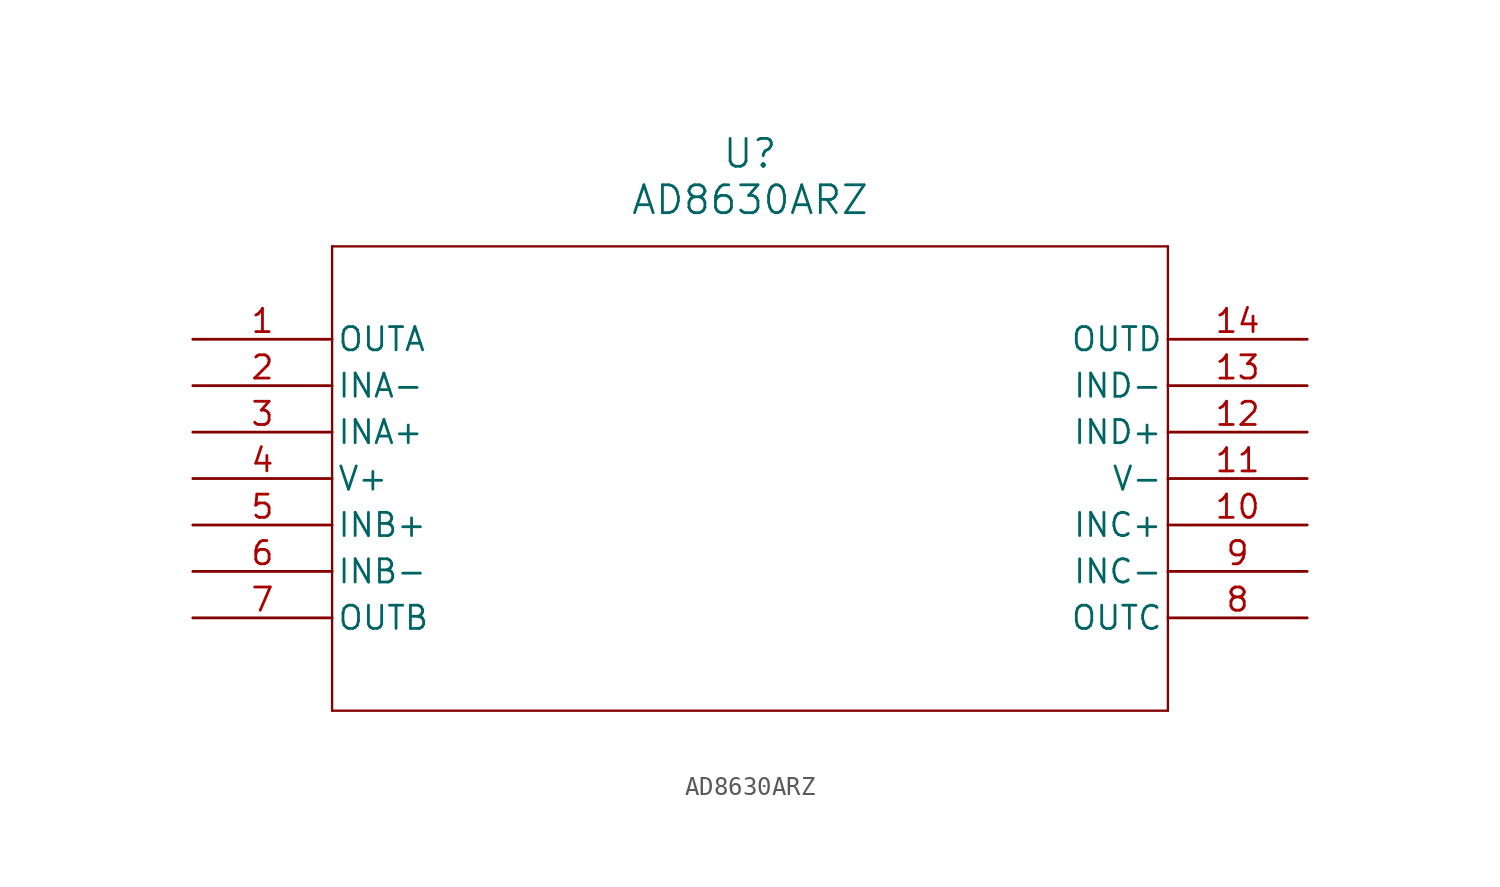
<source format=kicad_sym>
(kicad_symbol_lib
  (version 20211014)
  (generator kicad_symbol_editor)
  (symbol "AD8630ARZ"
    (pin_names
      (offset 0.254))
    (property "Reference" "U"
      (at 30.48 10.16 0)
      (effects (font (size 1.524 1.524))))
    (property "Value" "AD8630ARZ"
      (at 30.48 7.62 0)
      (effects (font (size 1.524 1.524))))
    (symbol "AD8630ARZ_0_1"
      (polyline (pts (xy 7.62 5.08) (xy 7.62 -20.32)) (stroke (width 0.127) (type default) (color 0 0 0 0)) (fill (type none)))
      (polyline (pts (xy 7.62 -20.32) (xy 53.34 -20.32)) (stroke (width 0.127) (type default) (color 0 0 0 0)) (fill (type none)))
      (polyline (pts (xy 53.34 -20.32) (xy 53.34 5.08)) (stroke (width 0.127) (type default) (color 0 0 0 0)) (fill (type none)))
      (polyline (pts (xy 53.34 5.08) (xy 7.62 5.08)) (stroke (width 0.127) (type default) (color 0 0 0 0)) (fill (type none)))
      (pin output line (at 0 0 0) (length 7.62) (name "OUTA" (effects (font (size 1.27 1.27)))) (number "1" (effects (font (size 1.27 1.27)))))
      (pin input line (at 0 -2.54 0) (length 7.62) (name "INA-" (effects (font (size 1.27 1.27)))) (number "2" (effects (font (size 1.27 1.27)))))
      (pin input line (at 0 -5.08 0) (length 7.62) (name "INA+" (effects (font (size 1.27 1.27)))) (number "3" (effects (font (size 1.27 1.27)))))
      (pin power_in line (at 0 -7.62 0) (length 7.62) (name "V+" (effects (font (size 1.27 1.27)))) (number "4" (effects (font (size 1.27 1.27)))))
      (pin input line (at 0 -10.16 0) (length 7.62) (name "INB+" (effects (font (size 1.27 1.27)))) (number "5" (effects (font (size 1.27 1.27)))))
      (pin input line (at 0 -12.7 0) (length 7.62) (name "INB-" (effects (font (size 1.27 1.27)))) (number "6" (effects (font (size 1.27 1.27)))))
      (pin output line (at 0 -15.24 0) (length 7.62) (name "OUTB" (effects (font (size 1.27 1.27)))) (number "7" (effects (font (size 1.27 1.27)))))
      (pin output line (at 60.96 -15.24 180) (length 7.62) (name "OUTC" (effects (font (size 1.27 1.27)))) (number "8" (effects (font (size 1.27 1.27)))))
      (pin input line (at 60.96 -12.7 180) (length 7.62) (name "INC-" (effects (font (size 1.27 1.27)))) (number "9" (effects (font (size 1.27 1.27)))))
      (pin input line (at 60.96 -10.16 180) (length 7.62) (name "INC+" (effects (font (size 1.27 1.27)))) (number "10" (effects (font (size 1.27 1.27)))))
      (pin power_in line (at 60.96 -7.62 180) (length 7.62) (name "V-" (effects (font (size 1.27 1.27)))) (number "11" (effects (font (size 1.27 1.27)))))
      (pin input line (at 60.96 -5.08 180) (length 7.62) (name "IND+" (effects (font (size 1.27 1.27)))) (number "12" (effects (font (size 1.27 1.27)))))
      (pin input line (at 60.96 -2.54 180) (length 7.62) (name "IND-" (effects (font (size 1.27 1.27)))) (number "13" (effects (font (size 1.27 1.27)))))
      (pin output line (at 60.96 0 180) (length 7.62) (name "OUTD" (effects (font (size 1.27 1.27)))) (number "14" (effects (font (size 1.27 1.27))))))))
</source>
